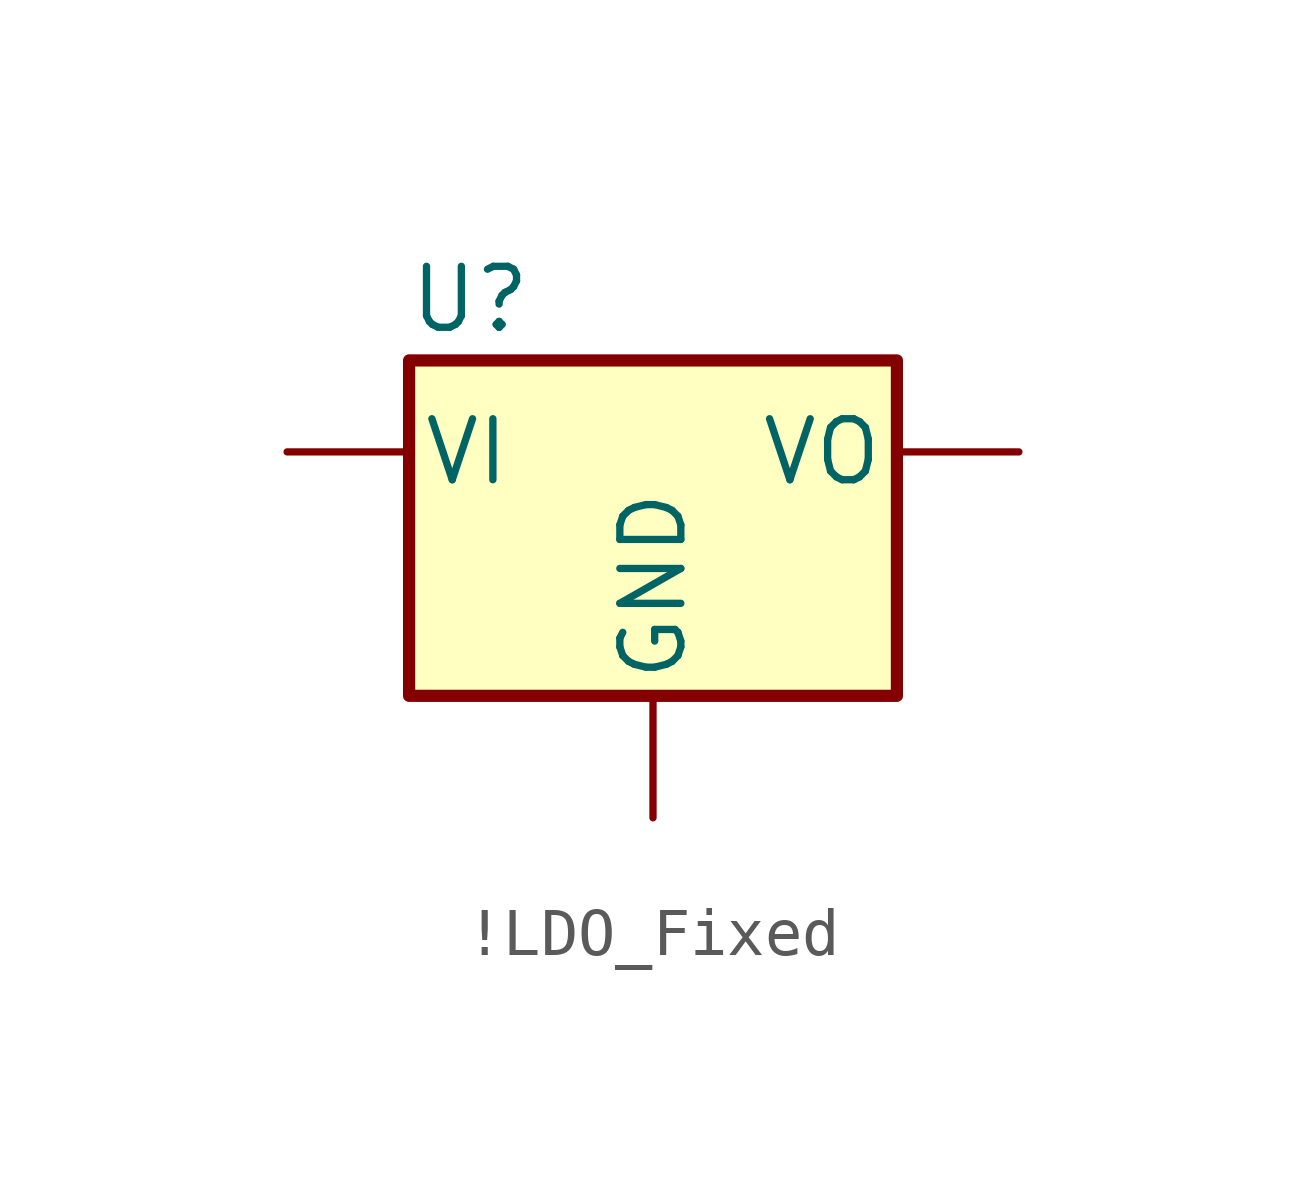
<source format=kicad_sym>
(kicad_symbol_lib
  (version 20241209)
  (generator "kicad_symbol_editor")
  (generator_version "9.0")
  (symbol "!LDO_Fixed"
    (pin_numbers
      (hide yes))
    (pin_names
      (offset 0.254))
    (property "Reference" "U"
      (at 3.81 3.175 0)
      (effects (font (size 1.27 1.27))))
    (symbol "!LDO_Fixed_0_1"
      (rectangle (start 2.54 1.905) (end 12.7 -5.08) (stroke (width 0.254) (type default)) (fill (type background))))
    (symbol "!LDO_Fixed_1_1"
      (pin power_in line (at 0 0 0) (length 2.54) (name "VI" (effects (font (size 1.27 1.27)))) (number "2" (effects (font (size 1.27 1.27)))))
      (pin power_in line (at 7.62 -7.62 90) (length 2.54) (name "GND" (effects (font (size 1.27 1.27)))) (number "3" (effects (font (size 1.27 1.27)))))
      (pin power_out line (at 15.24 0 180) (length 2.54) (name "VO" (effects (font (size 1.27 1.27)))) (number "1" (effects (font (size 1.27 1.27))))))))
</source>
